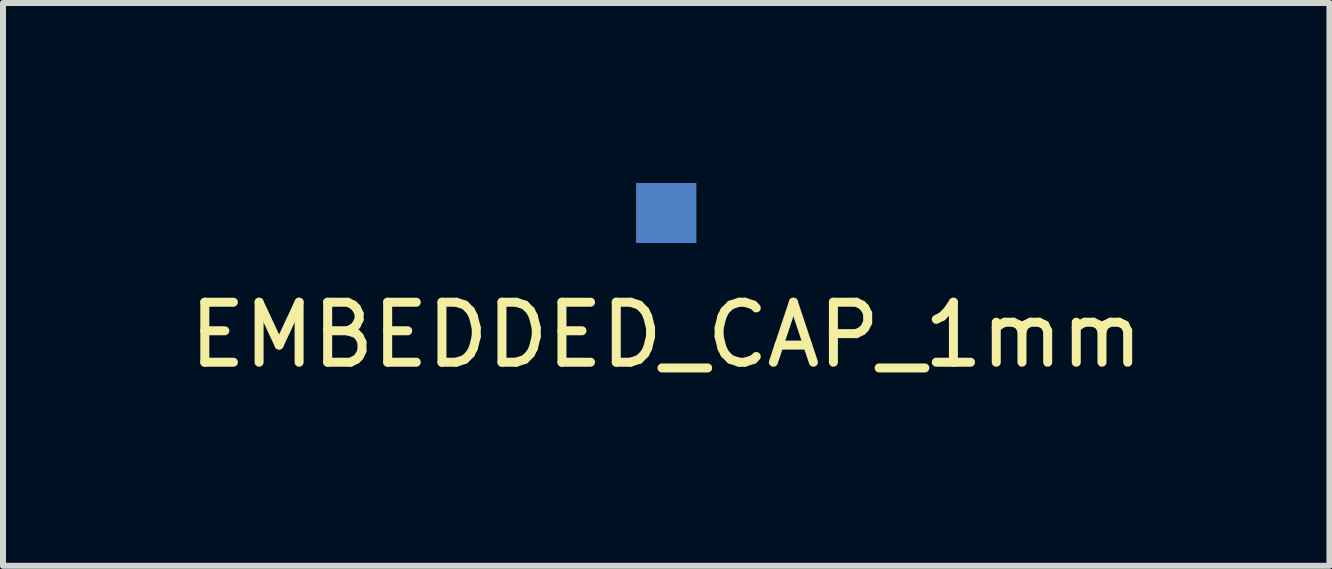
<source format=kicad_pcb>
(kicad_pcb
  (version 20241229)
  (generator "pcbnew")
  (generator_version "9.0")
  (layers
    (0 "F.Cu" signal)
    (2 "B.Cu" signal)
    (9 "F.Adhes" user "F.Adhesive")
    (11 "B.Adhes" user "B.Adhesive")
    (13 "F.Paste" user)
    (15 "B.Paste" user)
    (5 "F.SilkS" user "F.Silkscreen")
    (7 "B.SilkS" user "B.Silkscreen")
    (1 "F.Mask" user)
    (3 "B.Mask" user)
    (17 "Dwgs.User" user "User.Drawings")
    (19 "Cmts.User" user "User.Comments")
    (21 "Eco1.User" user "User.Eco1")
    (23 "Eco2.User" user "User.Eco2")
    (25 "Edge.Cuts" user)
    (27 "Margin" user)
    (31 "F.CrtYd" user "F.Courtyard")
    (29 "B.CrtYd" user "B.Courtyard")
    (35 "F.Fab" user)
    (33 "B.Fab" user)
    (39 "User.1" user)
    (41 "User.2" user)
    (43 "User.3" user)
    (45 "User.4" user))
  (footprint "EMBEDDED_CAP_1mm"
    (layer "F.Cu")
    (at 8.054 0.5)
    (property "Reference" "EMBEDDED_CAP_1mm" (at 0 2.032 0) (layer "F.SilkS") (effects (font (size 1 1) (thickness 0.15))))
    (attr through_hole)
    (pad "1" smd rect (at 0 0) (size 1 1) (layers "F.Cu" "F.Mask" "F.Paste"))
    (pad "2" smd rect (at 0 0) (size 1 1) (layers "F.Mask" "B.Cu" "F.Paste")))
  (gr_rect
    (start -3 -3)
    (end 19.107 6.38)
    (stroke (width 0.1) (type default))
    (fill no)
    (layer "Edge.Cuts")))
</source>
